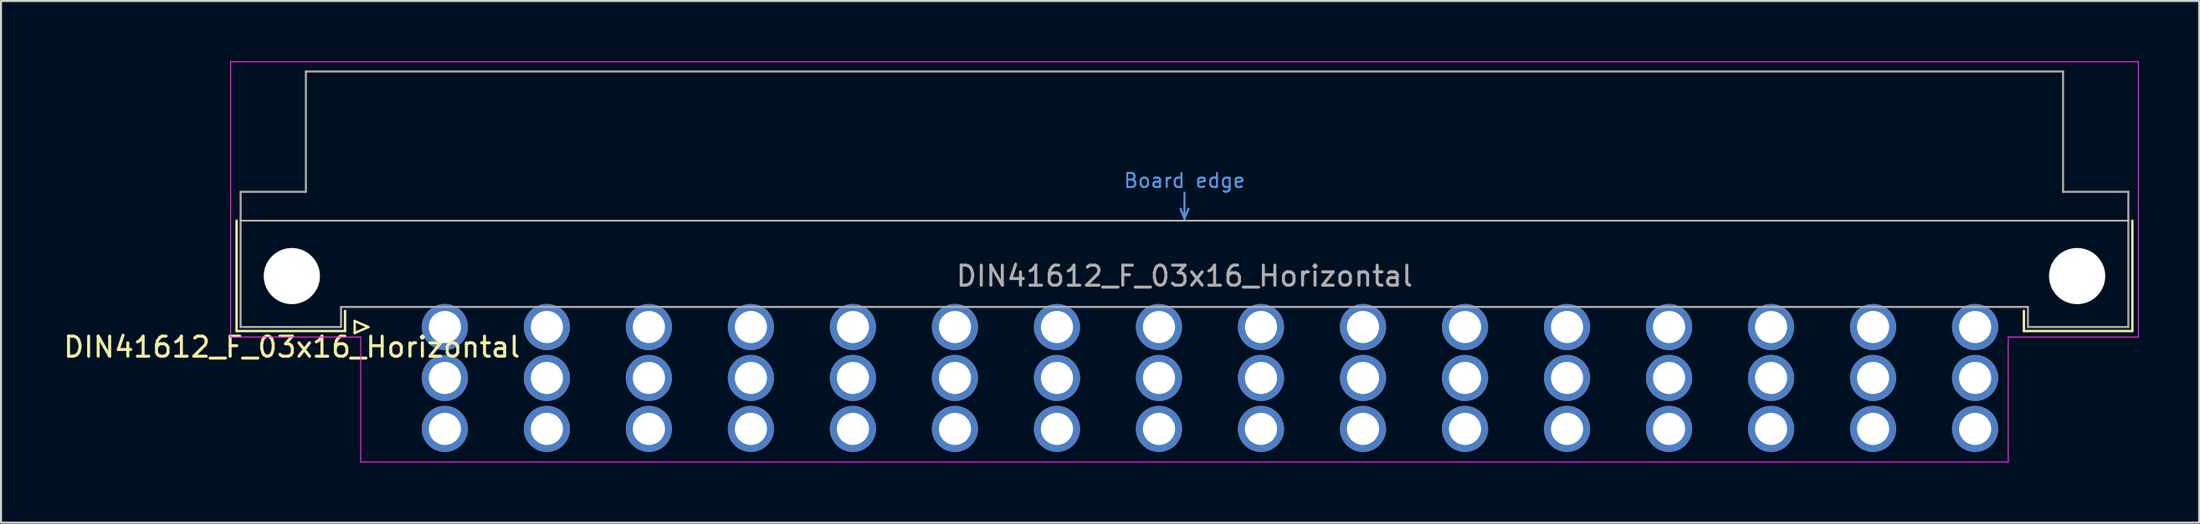
<source format=kicad_pcb>
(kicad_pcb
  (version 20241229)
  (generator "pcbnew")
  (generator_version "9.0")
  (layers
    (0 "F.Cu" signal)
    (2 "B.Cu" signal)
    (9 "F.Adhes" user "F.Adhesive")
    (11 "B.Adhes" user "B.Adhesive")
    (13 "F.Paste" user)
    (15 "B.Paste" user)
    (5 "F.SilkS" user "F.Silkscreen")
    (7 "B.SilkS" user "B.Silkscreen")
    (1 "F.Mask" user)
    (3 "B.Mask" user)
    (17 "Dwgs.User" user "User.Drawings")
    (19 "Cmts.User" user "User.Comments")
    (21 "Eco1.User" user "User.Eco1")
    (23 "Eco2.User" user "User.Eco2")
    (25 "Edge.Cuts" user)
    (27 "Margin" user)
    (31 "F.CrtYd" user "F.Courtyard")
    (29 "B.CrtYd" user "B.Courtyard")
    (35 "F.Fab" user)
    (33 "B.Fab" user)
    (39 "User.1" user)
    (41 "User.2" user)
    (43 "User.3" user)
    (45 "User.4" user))
  (footprint "DIN41612_F_03x16_Horizontal"
    (layer "F.Cu")
    (at 16.562 13.255)
    (property "Reference" "DIN41612_F_03x16_Horizontal" (at -5.08 1 0) (layer "F.SilkS") (effects (font (size 1 1) (thickness 0.15))))
    (attr through_hole)
    (fp_line (start -7.83 -5.3) (end -7.83 0.2) (stroke (width 0.12) (type solid)) (layer "F.SilkS"))
    (fp_line (start -7.83 0.2) (end -2.43 0.2) (stroke (width 0.12) (type solid)) (layer "F.SilkS"))
    (fp_line (start -2.43 0.2) (end -2.43 -0.8) (stroke (width 0.12) (type solid)) (layer "F.SilkS"))
    (fp_line (start -1.95 -0.3) (end -1.95 0.3) (stroke (width 0.12) (type solid)) (layer "F.SilkS"))
    (fp_line (start -1.95 0.3) (end -1.27 0) (stroke (width 0.12) (type solid)) (layer "F.SilkS"))
    (fp_line (start -1.27 0) (end -1.95 -0.3) (stroke (width 0.12) (type solid)) (layer "F.SilkS"))
    (fp_line (start 81.17 0.2) (end 81.17 -0.8) (stroke (width 0.12) (type solid)) (layer "F.SilkS"))
    (fp_line (start 86.57 -5.3) (end 86.57 0.2) (stroke (width 0.12) (type solid)) (layer "F.SilkS"))
    (fp_line (start 86.57 0.2) (end 81.17 0.2) (stroke (width 0.12) (type solid)) (layer "F.SilkS"))
    (fp_line (start -7.63 -5.3) (end 86.37 -5.3) (stroke (width 0.08) (type solid)) (layer "Dwgs.User"))
    (fp_line (start 39.17 -5.9) (end 39.37 -5.4) (stroke (width 0.1) (type solid)) (layer "Cmts.User"))
    (fp_line (start 39.37 -5.4) (end 39.37 -6.7) (stroke (width 0.1) (type solid)) (layer "Cmts.User"))
    (fp_line (start 39.37 -5.4) (end 39.57 -5.9) (stroke (width 0.1) (type solid)) (layer "Cmts.User"))
    (fp_line (start -8.13 -13.23) (end -8.13 0.5) (stroke (width 0.05) (type solid)) (layer "F.CrtYd"))
    (fp_line (start -8.13 0.5) (end -1.65 0.5) (stroke (width 0.05) (type solid)) (layer "F.CrtYd"))
    (fp_line (start -1.65 0.5) (end -1.65 6.73) (stroke (width 0.05) (type solid)) (layer "F.CrtYd"))
    (fp_line (start -1.65 6.73) (end 80.39 6.73) (stroke (width 0.05) (type solid)) (layer "F.CrtYd"))
    (fp_line (start 80.39 0.5) (end 86.87 0.5) (stroke (width 0.05) (type solid)) (layer "F.CrtYd"))
    (fp_line (start 80.39 6.73) (end 80.39 0.5) (stroke (width 0.05) (type solid)) (layer "F.CrtYd"))
    (fp_line (start 86.87 -13.23) (end -8.13 -13.23) (stroke (width 0.05) (type solid)) (layer "F.CrtYd"))
    (fp_line (start 86.87 0.5) (end 86.87 -13.23) (stroke (width 0.05) (type solid)) (layer "F.CrtYd"))
    (fp_line (start -7.63 -6.74) (end -7.63 0) (stroke (width 0.1) (type solid)) (layer "F.Fab"))
    (fp_line (start -7.63 0) (end -2.63 0) (stroke (width 0.1) (type solid)) (layer "F.Fab"))
    (fp_line (start -4.38 -12.74) (end -4.38 -6.74) (stroke (width 0.1) (type solid)) (layer "F.Fab"))
    (fp_line (start -4.38 -6.74) (end -7.63 -6.74) (stroke (width 0.1) (type solid)) (layer "F.Fab"))
    (fp_line (start -2.63 -1) (end 81.37 -1) (stroke (width 0.1) (type solid)) (layer "F.Fab"))
    (fp_line (start -2.63 0) (end -2.63 -1) (stroke (width 0.1) (type solid)) (layer "F.Fab"))
    (fp_line (start 81.37 -1) (end 81.37 0) (stroke (width 0.1) (type solid)) (layer "F.Fab"))
    (fp_line (start 81.37 0) (end 86.37 0) (stroke (width 0.1) (type solid)) (layer "F.Fab"))
    (fp_line (start 83.12 -12.74) (end -4.38 -12.74) (stroke (width 0.1) (type solid)) (layer "F.Fab"))
    (fp_line (start 83.12 -6.74) (end 83.12 -12.74) (stroke (width 0.1) (type solid)) (layer "F.Fab"))
    (fp_line (start 86.37 -6.74) (end 83.12 -6.74) (stroke (width 0.1) (type solid)) (layer "F.Fab"))
    (fp_line (start 86.37 0) (end 86.37 -6.74) (stroke (width 0.1) (type solid)) (layer "F.Fab"))
    (fp_text user "Board edge" (at 39.37 -7.3 0) (layer "Cmts.User") (effects (font (size 0.7 0.7) (thickness 0.1))))
    (fp_text user "${REFERENCE}" (at 39.37 -2.54 0) (layer "F.Fab") (effects (font (size 1 1) (thickness 0.15))))
    (pad "" np_thru_hole circle (at -5.08 -2.54) (size 2.8 2.8) (drill 2.8) (layers "*.Cu" "*.Mask"))
    (pad "" np_thru_hole circle (at 83.82 -2.54) (size 2.8 2.8) (drill 2.8) (layers "*.Cu" "*.Mask"))
    (pad "b2" thru_hole circle (at 2.54 2.54) (size 2.3 2.3) (drill 1.6) (layers "*.Cu" "*.Mask"))
    (pad "b4" thru_hole circle (at 7.62 2.54) (size 2.3 2.3) (drill 1.6) (layers "*.Cu" "*.Mask"))
    (pad "b6" thru_hole circle (at 12.7 2.54) (size 2.3 2.3) (drill 1.6) (layers "*.Cu" "*.Mask"))
    (pad "b8" thru_hole circle (at 17.78 2.54) (size 2.3 2.3) (drill 1.6) (layers "*.Cu" "*.Mask"))
    (pad "b10" thru_hole circle (at 22.86 2.54) (size 2.3 2.3) (drill 1.6) (layers "*.Cu" "*.Mask"))
    (pad "b12" thru_hole circle (at 27.94 2.54) (size 2.3 2.3) (drill 1.6) (layers "*.Cu" "*.Mask"))
    (pad "b14" thru_hole circle (at 33.02 2.54) (size 2.3 2.3) (drill 1.6) (layers "*.Cu" "*.Mask"))
    (pad "b16" thru_hole circle (at 38.1 2.54) (size 2.3 2.3) (drill 1.6) (layers "*.Cu" "*.Mask"))
    (pad "b18" thru_hole circle (at 43.18 2.54) (size 2.3 2.3) (drill 1.6) (layers "*.Cu" "*.Mask"))
    (pad "b20" thru_hole circle (at 48.26 2.54) (size 2.3 2.3) (drill 1.6) (layers "*.Cu" "*.Mask"))
    (pad "b22" thru_hole circle (at 53.34 2.54) (size 2.3 2.3) (drill 1.6) (layers "*.Cu" "*.Mask"))
    (pad "b24" thru_hole circle (at 58.42 2.54) (size 2.3 2.3) (drill 1.6) (layers "*.Cu" "*.Mask"))
    (pad "b26" thru_hole circle (at 63.5 2.54) (size 2.3 2.3) (drill 1.6) (layers "*.Cu" "*.Mask"))
    (pad "b28" thru_hole circle (at 68.58 2.54) (size 2.3 2.3) (drill 1.6) (layers "*.Cu" "*.Mask"))
    (pad "b30" thru_hole circle (at 73.66 2.54) (size 2.3 2.3) (drill 1.6) (layers "*.Cu" "*.Mask"))
    (pad "b32" thru_hole circle (at 78.74 2.54) (size 2.3 2.3) (drill 1.6) (layers "*.Cu" "*.Mask"))
    (pad "d2" thru_hole circle (at 2.54 5.08) (size 2.3 2.3) (drill 1.6) (layers "*.Cu" "*.Mask"))
    (pad "d4" thru_hole circle (at 7.62 5.08) (size 2.3 2.3) (drill 1.6) (layers "*.Cu" "*.Mask"))
    (pad "d6" thru_hole circle (at 12.7 5.08) (size 2.3 2.3) (drill 1.6) (layers "*.Cu" "*.Mask"))
    (pad "d8" thru_hole circle (at 17.78 5.08) (size 2.3 2.3) (drill 1.6) (layers "*.Cu" "*.Mask"))
    (pad "d10" thru_hole circle (at 22.86 5.08) (size 2.3 2.3) (drill 1.6) (layers "*.Cu" "*.Mask"))
    (pad "d12" thru_hole circle (at 27.94 5.08) (size 2.3 2.3) (drill 1.6) (layers "*.Cu" "*.Mask"))
    (pad "d14" thru_hole circle (at 33.02 5.08) (size 2.3 2.3) (drill 1.6) (layers "*.Cu" "*.Mask"))
    (pad "d16" thru_hole circle (at 38.1 5.08) (size 2.3 2.3) (drill 1.6) (layers "*.Cu" "*.Mask"))
    (pad "d18" thru_hole circle (at 43.18 5.08) (size 2.3 2.3) (drill 1.6) (layers "*.Cu" "*.Mask"))
    (pad "d20" thru_hole circle (at 48.26 5.08) (size 2.3 2.3) (drill 1.6) (layers "*.Cu" "*.Mask"))
    (pad "d22" thru_hole circle (at 53.34 5.08) (size 2.3 2.3) (drill 1.6) (layers "*.Cu" "*.Mask"))
    (pad "d24" thru_hole circle (at 58.42 5.08) (size 2.3 2.3) (drill 1.6) (layers "*.Cu" "*.Mask"))
    (pad "d26" thru_hole circle (at 63.5 5.08) (size 2.3 2.3) (drill 1.6) (layers "*.Cu" "*.Mask"))
    (pad "d28" thru_hole circle (at 68.58 5.08) (size 2.3 2.3) (drill 1.6) (layers "*.Cu" "*.Mask"))
    (pad "d30" thru_hole circle (at 73.66 5.08) (size 2.3 2.3) (drill 1.6) (layers "*.Cu" "*.Mask"))
    (pad "d32" thru_hole circle (at 78.74 5.08) (size 2.3 2.3) (drill 1.6) (layers "*.Cu" "*.Mask"))
    (pad "z2" thru_hole circle (at 2.54 0) (size 2.3 2.3) (drill 1.6) (layers "*.Cu" "*.Mask"))
    (pad "z4" thru_hole circle (at 7.62 0) (size 2.3 2.3) (drill 1.6) (layers "*.Cu" "*.Mask"))
    (pad "z6" thru_hole circle (at 12.7 0) (size 2.3 2.3) (drill 1.6) (layers "*.Cu" "*.Mask"))
    (pad "z8" thru_hole circle (at 17.78 0) (size 2.3 2.3) (drill 1.6) (layers "*.Cu" "*.Mask"))
    (pad "z10" thru_hole circle (at 22.86 0) (size 2.3 2.3) (drill 1.6) (layers "*.Cu" "*.Mask"))
    (pad "z12" thru_hole circle (at 27.94 0) (size 2.3 2.3) (drill 1.6) (layers "*.Cu" "*.Mask"))
    (pad "z14" thru_hole circle (at 33.02 0) (size 2.3 2.3) (drill 1.6) (layers "*.Cu" "*.Mask"))
    (pad "z16" thru_hole circle (at 38.1 0) (size 2.3 2.3) (drill 1.6) (layers "*.Cu" "*.Mask"))
    (pad "z18" thru_hole circle (at 43.18 0) (size 2.3 2.3) (drill 1.6) (layers "*.Cu" "*.Mask"))
    (pad "z20" thru_hole circle (at 48.26 0) (size 2.3 2.3) (drill 1.6) (layers "*.Cu" "*.Mask"))
    (pad "z22" thru_hole circle (at 53.34 0) (size 2.3 2.3) (drill 1.6) (layers "*.Cu" "*.Mask"))
    (pad "z24" thru_hole circle (at 58.42 0) (size 2.3 2.3) (drill 1.6) (layers "*.Cu" "*.Mask"))
    (pad "z26" thru_hole circle (at 63.5 0) (size 2.3 2.3) (drill 1.6) (layers "*.Cu" "*.Mask"))
    (pad "z28" thru_hole circle (at 68.58 0) (size 2.3 2.3) (drill 1.6) (layers "*.Cu" "*.Mask"))
    (pad "z30" thru_hole circle (at 73.66 0) (size 2.3 2.3) (drill 1.6) (layers "*.Cu" "*.Mask"))
    (pad "z32" thru_hole circle (at 78.74 0) (size 2.3 2.3) (drill 1.6) (layers "*.Cu" "*.Mask")))
  (gr_rect
    (start -3 -3)
    (end 106.457 23.01)
    (stroke (width 0.1) (type default))
    (fill no)
    (layer "Edge.Cuts")))
</source>
